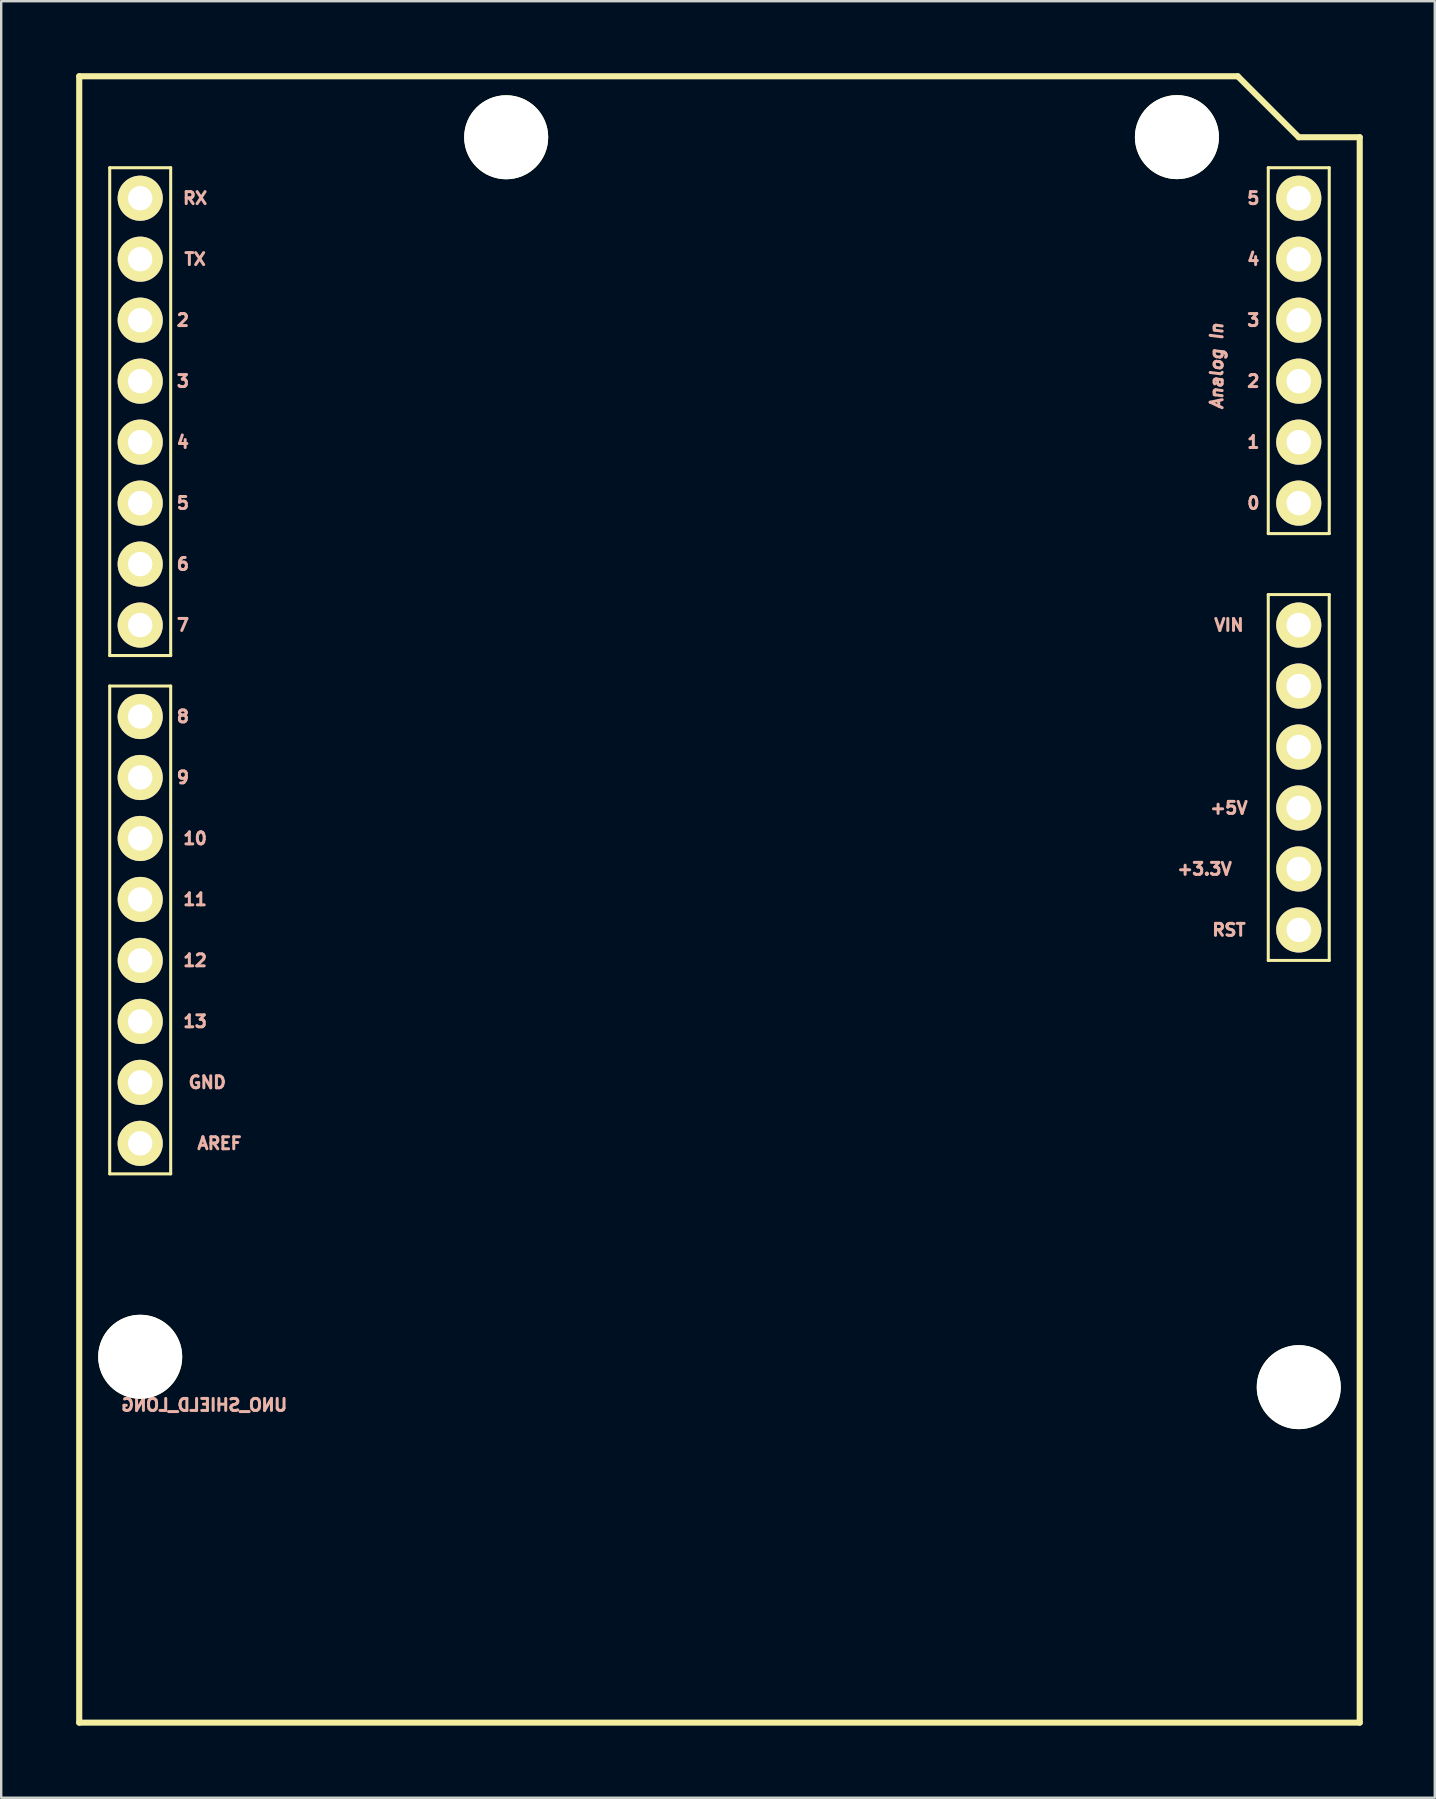
<source format=kicad_pcb>
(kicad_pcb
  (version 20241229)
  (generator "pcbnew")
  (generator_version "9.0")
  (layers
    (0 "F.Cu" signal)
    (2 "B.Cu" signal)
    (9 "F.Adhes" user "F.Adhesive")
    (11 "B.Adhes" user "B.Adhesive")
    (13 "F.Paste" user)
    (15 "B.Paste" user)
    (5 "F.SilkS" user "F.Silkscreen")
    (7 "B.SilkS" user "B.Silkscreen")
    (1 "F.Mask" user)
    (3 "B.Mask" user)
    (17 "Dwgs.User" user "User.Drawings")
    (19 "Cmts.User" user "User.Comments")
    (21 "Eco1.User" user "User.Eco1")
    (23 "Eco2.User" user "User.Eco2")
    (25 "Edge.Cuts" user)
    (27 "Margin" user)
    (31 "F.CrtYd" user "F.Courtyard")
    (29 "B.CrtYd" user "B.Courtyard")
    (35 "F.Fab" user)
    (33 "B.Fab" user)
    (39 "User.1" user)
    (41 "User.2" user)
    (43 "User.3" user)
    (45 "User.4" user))
  (footprint "UNO_SHIELD_LONG"
    (layer "F.Cu")
    (at 0.25 59.817)
    (property "Reference" "UNO_SHIELD_LONG" (at 5.21 -4.34 0) (layer "B.SilkS") (effects (font (size 0.5 0.5) (thickness 0.125)) (justify mirror)))
    (attr exclude_from_pos_files exclude_from_bom)
    (fp_line (start 0 -59.69) (end 0 8.89) (stroke (width 0.254) (type solid)) (layer "F.SilkS"))
    (fp_line (start 0 8.89) (end 53.34 8.89) (stroke (width 0.254) (type solid)) (layer "F.SilkS"))
    (fp_line (start 0.889 -6.35) (end 4.191 -6.35) (stroke (width 0.127) (type solid)) (layer "F.SilkS"))
    (fp_line (start 1.27 -55.88) (end 3.81 -55.88) (stroke (width 0.127) (type solid)) (layer "F.SilkS"))
    (fp_line (start 1.27 -35.56) (end 1.27 -55.88) (stroke (width 0.127) (type solid)) (layer "F.SilkS"))
    (fp_line (start 1.27 -34.29) (end 3.81 -34.29) (stroke (width 0.127) (type solid)) (layer "F.SilkS"))
    (fp_line (start 1.27 -13.97) (end 1.27 -34.29) (stroke (width 0.127) (type solid)) (layer "F.SilkS"))
    (fp_line (start 2.54 -4.699) (end 2.54 -8.001) (stroke (width 0.127) (type solid)) (layer "F.SilkS"))
    (fp_line (start 3.81 -55.88) (end 3.81 -35.56) (stroke (width 0.127) (type solid)) (layer "F.SilkS"))
    (fp_line (start 3.81 -35.56) (end 1.27 -35.56) (stroke (width 0.127) (type solid)) (layer "F.SilkS"))
    (fp_line (start 3.81 -34.29) (end 3.81 -13.97) (stroke (width 0.127) (type solid)) (layer "F.SilkS"))
    (fp_line (start 3.81 -13.97) (end 1.27 -13.97) (stroke (width 0.127) (type solid)) (layer "F.SilkS"))
    (fp_line (start 16.139 -57.15) (end 19.441 -57.15) (stroke (width 0.127) (type solid)) (layer "F.SilkS"))
    (fp_line (start 17.79 -55.499) (end 17.79 -58.801) (stroke (width 0.127) (type solid)) (layer "F.SilkS"))
    (fp_line (start 44.069 -57.15) (end 47.371 -57.15) (stroke (width 0.127) (type solid)) (layer "F.SilkS"))
    (fp_line (start 45.72 -55.499) (end 45.72 -58.801) (stroke (width 0.127) (type solid)) (layer "F.SilkS"))
    (fp_line (start 48.26 -59.69) (end 0 -59.69) (stroke (width 0.254) (type solid)) (layer "F.SilkS"))
    (fp_line (start 49.159 -5.08) (end 52.461 -5.08) (stroke (width 0.127) (type solid)) (layer "F.SilkS"))
    (fp_line (start 49.53 -55.88) (end 52.07 -55.88) (stroke (width 0.127) (type solid)) (layer "F.SilkS"))
    (fp_line (start 49.53 -40.64) (end 49.53 -55.88) (stroke (width 0.127) (type solid)) (layer "F.SilkS"))
    (fp_line (start 49.53 -38.1) (end 49.53 -22.86) (stroke (width 0.127) (type solid)) (layer "F.SilkS"))
    (fp_line (start 49.53 -22.86) (end 52.07 -22.86) (stroke (width 0.127) (type solid)) (layer "F.SilkS"))
    (fp_line (start 50.8 -57.15) (end 48.26 -59.69) (stroke (width 0.254) (type solid)) (layer "F.SilkS"))
    (fp_line (start 50.81 -3.429) (end 50.81 -6.731) (stroke (width 0.127) (type solid)) (layer "F.SilkS"))
    (fp_line (start 52.07 -55.88) (end 52.07 -40.64) (stroke (width 0.127) (type solid)) (layer "F.SilkS"))
    (fp_line (start 52.07 -40.64) (end 49.53 -40.64) (stroke (width 0.127) (type solid)) (layer "F.SilkS"))
    (fp_line (start 52.07 -38.1) (end 49.53 -38.1) (stroke (width 0.127) (type solid)) (layer "F.SilkS"))
    (fp_line (start 52.07 -22.86) (end 52.07 -38.1) (stroke (width 0.127) (type solid)) (layer "F.SilkS"))
    (fp_line (start 53.34 -57.15) (end 50.8 -57.15) (stroke (width 0.254) (type solid)) (layer "F.SilkS"))
    (fp_line (start 53.34 8.89) (end 53.34 -57.15) (stroke (width 0.254) (type solid)) (layer "F.SilkS"))
    (fp_circle (center 2.54 -6.35) (end 3.365 -7.176) (stroke (width 0.127) (type solid)) (fill no) (layer "F.SilkS"))
    (fp_circle (center 2.54 -6.35) (end 3.493 -7.303) (stroke (width 0.064) (type solid)) (fill no) (layer "F.SilkS"))
    (fp_circle (center 2.54 -6.35) (end 3.493 -7.303) (stroke (width 0.064) (type solid)) (fill no) (layer "F.SilkS"))
    (fp_circle (center 17.79 -57.15) (end 18.616 -57.975) (stroke (width 0.127) (type solid)) (fill no) (layer "F.SilkS"))
    (fp_circle (center 17.79 -57.15) (end 18.742 -58.102) (stroke (width 0.064) (type solid)) (fill no) (layer "F.SilkS"))
    (fp_circle (center 17.79 -57.15) (end 18.742 -58.102) (stroke (width 0.064) (type solid)) (fill no) (layer "F.SilkS"))
    (fp_circle (center 45.72 -57.15) (end 46.545 -57.975) (stroke (width 0.127) (type solid)) (fill no) (layer "F.SilkS"))
    (fp_circle (center 45.72 -57.15) (end 46.672 -58.102) (stroke (width 0.064) (type solid)) (fill no) (layer "F.SilkS"))
    (fp_circle (center 45.72 -57.15) (end 46.672 -58.102) (stroke (width 0.064) (type solid)) (fill no) (layer "F.SilkS"))
    (fp_circle (center 50.81 -5.08) (end 51.636 -5.905) (stroke (width 0.127) (type solid)) (fill no) (layer "F.SilkS"))
    (fp_circle (center 50.81 -5.08) (end 51.763 -6.032) (stroke (width 0.064) (type solid)) (fill no) (layer "F.SilkS"))
    (fp_circle (center 50.81 -5.08) (end 51.763 -6.032) (stroke (width 0.064) (type solid)) (fill no) (layer "F.SilkS"))
    (fp_text user "RST" (at 47.892 -24.13 180) (layer "B.SilkS") (effects (font (size 0.5 0.5) (thickness 0.125))))
    (fp_text user "0" (at 48.908 -41.91 180) (layer "B.SilkS") (effects (font (size 0.5 0.5) (thickness 0.125))))
    (fp_text user "AREF" (at 5.842 -15.24 0) (layer "B.SilkS") (effects (font (size 0.5 0.5) (thickness 0.125))))
    (fp_text user "3" (at 48.908 -49.53 180) (layer "B.SilkS") (effects (font (size 0.5 0.5) (thickness 0.125))))
    (fp_text user "6" (at 4.318 -39.37 0) (layer "B.SilkS") (effects (font (size 0.5 0.5) (thickness 0.125))))
    (fp_text user "13" (at 4.826 -20.32 0) (layer "B.SilkS") (effects (font (size 0.5 0.5) (thickness 0.125))))
    (fp_text user "4" (at 4.318 -44.45 0) (layer "B.SilkS") (effects (font (size 0.5 0.5) (thickness 0.125))))
    (fp_text user "GND" (at 5.334 -17.78 0) (layer "B.SilkS") (effects (font (size 0.5 0.5) (thickness 0.125))))
    (fp_text user "2" (at 48.908 -46.99 180) (layer "B.SilkS") (effects (font (size 0.5 0.5) (thickness 0.125))))
    (fp_text user "5" (at 4.318 -41.91 0) (layer "B.SilkS") (effects (font (size 0.5 0.5) (thickness 0.125))))
    (fp_text user "2" (at 4.318 -49.53 0) (layer "B.SilkS") (effects (font (size 0.5 0.5) (thickness 0.125))))
    (fp_text user "4" (at 48.908 -52.07 180) (layer "B.SilkS") (effects (font (size 0.5 0.5) (thickness 0.125))))
    (fp_text user "TX" (at 4.826 -52.07 0) (layer "B.SilkS") (effects (font (size 0.5 0.5) (thickness 0.125))))
    (fp_text user "3" (at 4.318 -46.99 0) (layer "B.SilkS") (effects (font (size 0.5 0.5) (thickness 0.125))))
    (fp_text user "5" (at 48.908 -54.61 180) (layer "B.SilkS") (effects (font (size 0.5 0.5) (thickness 0.125))))
    (fp_text user "12" (at 4.826 -22.86 0) (layer "B.SilkS") (effects (font (size 0.5 0.5) (thickness 0.125))))
    (fp_text user "1" (at 48.908 -44.45 180) (layer "B.SilkS") (effects (font (size 0.5 0.5) (thickness 0.125))))
    (fp_text user "11" (at 4.826 -25.4 0) (layer "B.SilkS") (effects (font (size 0.5 0.5) (thickness 0.125))))
    (fp_text user "+5V" (at 47.892 -29.21 180) (layer "B.SilkS") (effects (font (size 0.5 0.5) (thickness 0.125))))
    (fp_text user "VIN" (at 47.892 -36.83 180) (layer "B.SilkS") (effects (font (size 0.5 0.5) (thickness 0.125))))
    (fp_text user "8" (at 4.318 -33.02 0) (layer "B.SilkS") (effects (font (size 0.5 0.5) (thickness 0.125))))
    (fp_text user "RX" (at 4.826 -54.61 0) (layer "B.SilkS") (effects (font (size 0.5 0.5) (thickness 0.125))))
    (fp_text user "7" (at 4.318 -36.83 0) (layer "B.SilkS") (effects (font (size 0.5 0.5) (thickness 0.125))))
    (fp_text user "9" (at 4.318 -30.48 0) (layer "B.SilkS") (effects (font (size 0.5 0.5) (thickness 0.125))))
    (fp_text user "Analog In" (at 47.384 -47.625 270) (layer "B.SilkS") (effects (font (size 0.5 0.5) (thickness 0.125) (italic yes))))
    (fp_text user "+3.3V" (at 46.876 -26.67 180) (layer "B.SilkS") (effects (font (size 0.5 0.5) (thickness 0.125))))
    (fp_text user "10" (at 4.826 -27.94 0) (layer "B.SilkS") (effects (font (size 0.5 0.5) (thickness 0.125))))
    (pad "" np_thru_hole circle (at 2.54 -6.35) (size 3.5 3.5) (drill 3.5) (layers "*.Cu" "*.Mask" "F.SilkS"))
    (pad "" np_thru_hole circle (at 17.785 -57.15) (size 3.5 3.5) (drill 3.5) (layers "*.Cu" "*.Mask" "F.SilkS"))
    (pad "" np_thru_hole circle (at 45.725 -57.155) (size 3.5 3.5) (drill 3.5) (layers "*.Cu" "*.Mask" "F.SilkS"))
    (pad "" np_thru_hole circle (at 50.8 -5.085) (size 3.5 3.5) (drill 3.5) (layers "*.Cu" "*.Mask" "F.SilkS"))
    (pad "3.3V" thru_hole circle (at 50.8 -26.67) (size 1.88 1.88) (drill 1.016) (layers "*.Cu" "*.Mask" "F.SilkS" "F.Paste"))
    (pad "5V" thru_hole circle (at 50.8 -29.21) (size 1.88 1.88) (drill 1.016) (layers "*.Cu" "*.Mask" "F.SilkS" "F.Paste"))
    (pad "A0" thru_hole circle (at 50.8 -41.91) (size 1.88 1.88) (drill 1.016) (layers "*.Cu" "*.Mask" "F.SilkS" "F.Paste"))
    (pad "A1" thru_hole circle (at 50.8 -44.45) (size 1.88 1.88) (drill 1.016) (layers "*.Cu" "*.Mask" "F.SilkS" "F.Paste"))
    (pad "A2" thru_hole circle (at 50.8 -46.99) (size 1.88 1.88) (drill 1.016) (layers "*.Cu" "*.Mask" "F.SilkS" "F.Paste"))
    (pad "A3" thru_hole circle (at 50.8 -49.53) (size 1.88 1.88) (drill 1.016) (layers "*.Cu" "*.Mask" "F.SilkS" "F.Paste"))
    (pad "A4" thru_hole circle (at 50.8 -52.07) (size 1.88 1.88) (drill 1.016) (layers "*.Cu" "*.Mask" "F.SilkS" "F.Paste"))
    (pad "A5" thru_hole circle (at 50.8 -54.61) (size 1.88 1.88) (drill 1.016) (layers "*.Cu" "*.Mask" "F.SilkS" "F.Paste"))
    (pad "AREF" thru_hole circle (at 2.54 -15.24) (size 1.88 1.88) (drill 1.016) (layers "*.Cu" "*.Mask" "F.SilkS" "F.Paste"))
    (pad "D2" thru_hole circle (at 2.54 -49.53) (size 1.88 1.88) (drill 1.016) (layers "*.Cu" "*.Mask" "F.SilkS" "F.Paste"))
    (pad "D3" thru_hole circle (at 2.54 -46.99) (size 1.88 1.88) (drill 1.016) (layers "*.Cu" "*.Mask" "F.SilkS" "F.Paste"))
    (pad "D4" thru_hole circle (at 2.54 -44.45) (size 1.88 1.88) (drill 1.016) (layers "*.Cu" "*.Mask" "F.SilkS" "F.Paste"))
    (pad "D5" thru_hole circle (at 2.54 -41.91) (size 1.88 1.88) (drill 1.016) (layers "*.Cu" "*.Mask" "F.SilkS" "F.Paste"))
    (pad "D6" thru_hole circle (at 2.54 -39.37) (size 1.88 1.88) (drill 1.016) (layers "*.Cu" "*.Mask" "F.SilkS" "F.Paste"))
    (pad "D7" thru_hole circle (at 2.54 -36.83) (size 1.88 1.88) (drill 1.016) (layers "*.Cu" "*.Mask" "F.SilkS" "F.Paste"))
    (pad "D8" thru_hole circle (at 2.54 -33.02) (size 1.88 1.88) (drill 1.016) (layers "*.Cu" "*.Mask" "F.SilkS" "F.Paste"))
    (pad "D9" thru_hole circle (at 2.54 -30.48) (size 1.88 1.88) (drill 1.016) (layers "*.Cu" "*.Mask" "F.SilkS" "F.Paste"))
    (pad "D10" thru_hole circle (at 2.54 -27.94) (size 1.88 1.88) (drill 1.016) (layers "*.Cu" "*.Mask" "F.SilkS" "F.Paste"))
    (pad "D11" thru_hole circle (at 2.54 -25.4) (size 1.88 1.88) (drill 1.016) (layers "*.Cu" "*.Mask" "F.SilkS" "F.Paste"))
    (pad "D12" thru_hole circle (at 2.54 -22.86) (size 1.88 1.88) (drill 1.016) (layers "*.Cu" "*.Mask" "F.SilkS" "F.Paste"))
    (pad "D13" thru_hole circle (at 2.54 -20.32) (size 1.88 1.88) (drill 1.016) (layers "*.Cu" "*.Mask" "F.SilkS" "F.Paste"))
    (pad "GND@" thru_hole circle (at 2.54 -17.78) (size 1.88 1.88) (drill 1.016) (layers "*.Cu" "*.Mask" "F.SilkS" "F.Paste"))
    (pad "GND@" thru_hole circle (at 50.8 -34.29) (size 1.88 1.88) (drill 1.016) (layers "*.Cu" "*.Mask" "F.SilkS" "F.Paste"))
    (pad "GND@" thru_hole circle (at 50.8 -31.75) (size 1.88 1.88) (drill 1.016) (layers "*.Cu" "*.Mask" "F.SilkS" "F.Paste"))
    (pad "RES" thru_hole circle (at 50.8 -24.13) (size 1.88 1.88) (drill 1.016) (layers "*.Cu" "*.Mask" "F.SilkS" "F.Paste"))
    (pad "RX" thru_hole circle (at 2.54 -54.61) (size 1.88 1.88) (drill 1.016) (layers "*.Cu" "*.Mask" "F.SilkS" "F.Paste"))
    (pad "TX" thru_hole circle (at 2.54 -52.07) (size 1.88 1.88) (drill 1.016) (layers "*.Cu" "*.Mask" "F.SilkS" "F.Paste"))
    (pad "VIN" thru_hole circle (at 50.8 -36.83) (size 1.88 1.88) (drill 1.016) (layers "*.Cu" "*.Mask" "F.SilkS" "F.Paste")))
  (gr_rect
    (start -3 -3)
    (end 56.717 71.834)
    (stroke (width 0.1) (type default))
    (fill no)
    (layer "Edge.Cuts")))
</source>
